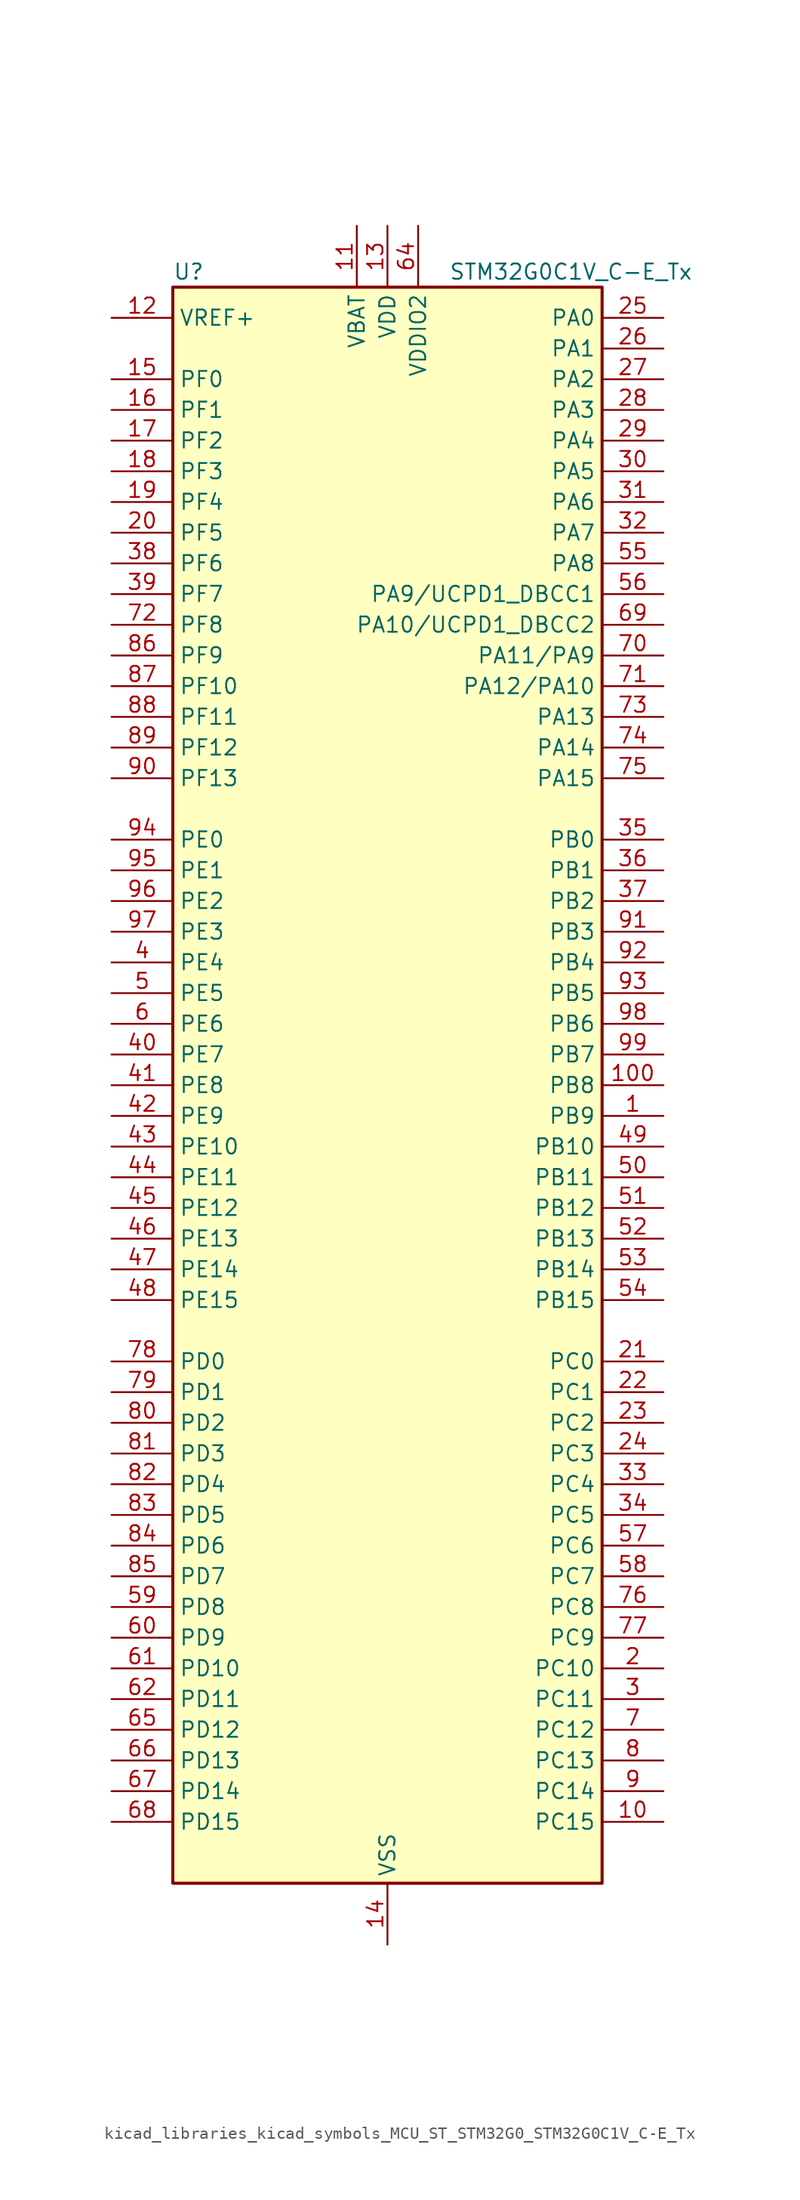
<source format=kicad_sym>
(kicad_symbol_lib
  (version 20220914)
  (generator kicad_symbol_editor)
  (symbol "kicad_libraries_kicad_symbols_MCU_ST_STM32G0_STM32G0C1V_C-E_Tx"
    (property "Reference" "U"
      (at -17.78 67.31 0)
      (effects (font (size 1.27 1.27)) (justify left)))
    (property "Value" "STM32G0C1V_C-E_Tx"
      (at 5.08 67.31 0)
      (effects (font (size 1.27 1.27)) (justify left)))
    (property "ki_locked" ""
      (at 0 0 0)
      (effects (font (size 1.27 1.27))))
    (symbol "kicad_libraries_kicad_symbols_MCU_ST_STM32G0_STM32G0C1V_C-E_Tx_0_1"
      (rectangle (start -17.78 -66.04) (end 17.78 66.04) (stroke (width 0.254) (type default)) (fill (type background))))
    (symbol "kicad_libraries_kicad_symbols_MCU_ST_STM32G0_STM32G0C1V_C-E_Tx_1_1"
      (pin bidirectional line (at 22.86 -2.54 180) (length 5.08) (name "PB9" (effects (font (size 1.27 1.27)))) (number "1" (effects (font (size 1.27 1.27)))) (alternate "DAC1_EXTI9" bidirectional line) (alternate "FDCAN1_TX" bidirectional line) (alternate "I2C1_SDA" bidirectional line) (alternate "I2S2_WS" bidirectional line) (alternate "IR_OUT" bidirectional line) (alternate "SPI2_NSS" bidirectional line) (alternate "TIM17_CH1" bidirectional line) (alternate "TIM4_CH4" bidirectional line) (alternate "UCPD2_FRSTX1" bidirectional line) (alternate "UCPD2_FRSTX2" bidirectional line) (alternate "USART3_RX" bidirectional line) (alternate "USART6_RX" bidirectional line))
      (pin bidirectional line (at 22.86 -60.96 180) (length 5.08) (name "PC15" (effects (font (size 1.27 1.27)))) (number "10" (effects (font (size 1.27 1.27)))) (alternate "RCC_OSC32_EN" bidirectional line) (alternate "RCC_OSC32_OUT" bidirectional line) (alternate "RCC_OSC_EN" bidirectional line) (alternate "TIM15_BK" bidirectional line))
      (pin bidirectional line (at 22.86 0 180) (length 5.08) (name "PB8" (effects (font (size 1.27 1.27)))) (number "100" (effects (font (size 1.27 1.27)))) (alternate "CEC" bidirectional line) (alternate "FDCAN1_RX" bidirectional line) (alternate "I2C1_SCL" bidirectional line) (alternate "I2S2_CK" bidirectional line) (alternate "SPI2_SCK" bidirectional line) (alternate "TIM15_BK" bidirectional line) (alternate "TIM16_CH1" bidirectional line) (alternate "TIM4_CH3" bidirectional line) (alternate "USART3_TX" bidirectional line) (alternate "USART6_TX" bidirectional line))
      (pin power_in line (at -2.54 71.12 270) (length 5.08) (name "VBAT" (effects (font (size 1.27 1.27)))) (number "11" (effects (font (size 1.27 1.27)))))
      (pin input line (at -22.86 63.5 0) (length 5.08) (name "VREF+" (effects (font (size 1.27 1.27)))) (number "12" (effects (font (size 1.27 1.27)))) (alternate "VREFBUF_OUT" bidirectional line))
      (pin power_in line (at 0 71.12 270) (length 5.08) (name "VDD" (effects (font (size 1.27 1.27)))) (number "13" (effects (font (size 1.27 1.27)))))
      (pin power_in line (at 0 -71.12 90) (length 5.08) (name "VSS" (effects (font (size 1.27 1.27)))) (number "14" (effects (font (size 1.27 1.27)))))
      (pin bidirectional line (at -22.86 58.42 0) (length 5.08) (name "PF0" (effects (font (size 1.27 1.27)))) (number "15" (effects (font (size 1.27 1.27)))) (alternate "CRS1_SYNC" bidirectional line) (alternate "RCC_OSC_IN" bidirectional line) (alternate "TIM14_CH1" bidirectional line))
      (pin bidirectional line (at -22.86 55.88 0) (length 5.08) (name "PF1" (effects (font (size 1.27 1.27)))) (number "16" (effects (font (size 1.27 1.27)))) (alternate "RCC_OSC_EN" bidirectional line) (alternate "RCC_OSC_OUT" bidirectional line) (alternate "TIM15_CH1N" bidirectional line))
      (pin bidirectional line (at -22.86 53.34 0) (length 5.08) (name "PF2" (effects (font (size 1.27 1.27)))) (number "17" (effects (font (size 1.27 1.27)))) (alternate "LPUART2_DE" bidirectional line) (alternate "LPUART2_RTS" bidirectional line) (alternate "LPUART2_TX" bidirectional line) (alternate "RCC_MCO" bidirectional line))
      (pin bidirectional line (at -22.86 50.8 0) (length 5.08) (name "PF3" (effects (font (size 1.27 1.27)))) (number "18" (effects (font (size 1.27 1.27)))) (alternate "LPUART2_RX" bidirectional line) (alternate "USART6_CK" bidirectional line) (alternate "USART6_DE" bidirectional line) (alternate "USART6_RTS" bidirectional line))
      (pin bidirectional line (at -22.86 48.26 0) (length 5.08) (name "PF4" (effects (font (size 1.27 1.27)))) (number "19" (effects (font (size 1.27 1.27)))) (alternate "LPUART1_TX" bidirectional line))
      (pin bidirectional line (at 22.86 -48.26 180) (length 5.08) (name "PC10" (effects (font (size 1.27 1.27)))) (number "2" (effects (font (size 1.27 1.27)))) (alternate "SPI3_SCK" bidirectional line) (alternate "TIM1_CH3" bidirectional line) (alternate "USART3_TX" bidirectional line) (alternate "USART4_TX" bidirectional line))
      (pin bidirectional line (at -22.86 45.72 0) (length 5.08) (name "PF5" (effects (font (size 1.27 1.27)))) (number "20" (effects (font (size 1.27 1.27)))) (alternate "LPUART1_RX" bidirectional line))
      (pin bidirectional line (at 22.86 -22.86 180) (length 5.08) (name "PC0" (effects (font (size 1.27 1.27)))) (number "21" (effects (font (size 1.27 1.27)))) (alternate "COMP3_INM" bidirectional line) (alternate "COMP3_OUT" bidirectional line) (alternate "I2C3_SCL" bidirectional line) (alternate "LPTIM1_IN1" bidirectional line) (alternate "LPTIM2_IN1" bidirectional line) (alternate "LPUART1_RX" bidirectional line) (alternate "LPUART2_TX" bidirectional line) (alternate "USART6_TX" bidirectional line))
      (pin bidirectional line (at 22.86 -25.4 180) (length 5.08) (name "PC1" (effects (font (size 1.27 1.27)))) (number "22" (effects (font (size 1.27 1.27)))) (alternate "COMP3_INP" bidirectional line) (alternate "I2C3_SDA" bidirectional line) (alternate "LPTIM1_OUT" bidirectional line) (alternate "LPUART1_TX" bidirectional line) (alternate "LPUART2_RX" bidirectional line) (alternate "TIM15_CH1" bidirectional line) (alternate "USART6_RX" bidirectional line))
      (pin bidirectional line (at 22.86 -27.94 180) (length 5.08) (name "PC2" (effects (font (size 1.27 1.27)))) (number "23" (effects (font (size 1.27 1.27)))) (alternate "COMP3_OUT" bidirectional line) (alternate "FDCAN2_RX" bidirectional line) (alternate "I2S2_MCK" bidirectional line) (alternate "LPTIM1_IN2" bidirectional line) (alternate "SPI2_MISO" bidirectional line) (alternate "TIM15_CH2" bidirectional line))
      (pin bidirectional line (at 22.86 -30.48 180) (length 5.08) (name "PC3" (effects (font (size 1.27 1.27)))) (number "24" (effects (font (size 1.27 1.27)))) (alternate "FDCAN2_TX" bidirectional line) (alternate "I2S2_SD" bidirectional line) (alternate "LPTIM1_ETR" bidirectional line) (alternate "LPTIM2_ETR" bidirectional line) (alternate "SPI2_MOSI" bidirectional line))
      (pin bidirectional line (at 22.86 63.5 180) (length 5.08) (name "PA0" (effects (font (size 1.27 1.27)))) (number "25" (effects (font (size 1.27 1.27)))) (alternate "ADC1_IN0" bidirectional line) (alternate "COMP1_INM" bidirectional line) (alternate "COMP1_OUT" bidirectional line) (alternate "I2S2_CK" bidirectional line) (alternate "LPTIM1_OUT" bidirectional line) (alternate "RTC_TAMP_IN2" bidirectional line) (alternate "SPI2_SCK" bidirectional line) (alternate "SYS_WKUP1" bidirectional line) (alternate "TIM2_CH1" bidirectional line) (alternate "TIM2_ETR" bidirectional line) (alternate "UCPD2_FRSTX1" bidirectional line) (alternate "UCPD2_FRSTX2" bidirectional line) (alternate "USART2_CTS" bidirectional line) (alternate "USART2_NSS" bidirectional line) (alternate "USART4_TX" bidirectional line))
      (pin bidirectional line (at 22.86 60.96 180) (length 5.08) (name "PA1" (effects (font (size 1.27 1.27)))) (number "26" (effects (font (size 1.27 1.27)))) (alternate "ADC1_IN1" bidirectional line) (alternate "COMP1_INP" bidirectional line) (alternate "I2C1_SMBA" bidirectional line) (alternate "I2S1_CK" bidirectional line) (alternate "SPI1_SCK" bidirectional line) (alternate "TIM15_CH1N" bidirectional line) (alternate "TIM2_CH2" bidirectional line) (alternate "USART2_CK" bidirectional line) (alternate "USART2_DE" bidirectional line) (alternate "USART2_RTS" bidirectional line) (alternate "USART4_RX" bidirectional line))
      (pin bidirectional line (at 22.86 58.42 180) (length 5.08) (name "PA2" (effects (font (size 1.27 1.27)))) (number "27" (effects (font (size 1.27 1.27)))) (alternate "ADC1_IN2" bidirectional line) (alternate "COMP2_INM" bidirectional line) (alternate "COMP2_OUT" bidirectional line) (alternate "I2S1_SD" bidirectional line) (alternate "LPUART1_TX" bidirectional line) (alternate "RCC_LSCO" bidirectional line) (alternate "SPI1_MOSI" bidirectional line) (alternate "SYS_WKUP4" bidirectional line) (alternate "TIM15_CH1" bidirectional line) (alternate "TIM2_CH3" bidirectional line) (alternate "UCPD1_FRSTX1" bidirectional line) (alternate "UCPD1_FRSTX2" bidirectional line) (alternate "USART2_TX" bidirectional line))
      (pin bidirectional line (at 22.86 55.88 180) (length 5.08) (name "PA3" (effects (font (size 1.27 1.27)))) (number "28" (effects (font (size 1.27 1.27)))) (alternate "ADC1_IN3" bidirectional line) (alternate "COMP2_INP" bidirectional line) (alternate "I2S2_MCK" bidirectional line) (alternate "LPUART1_RX" bidirectional line) (alternate "SPI2_MISO" bidirectional line) (alternate "TIM15_CH2" bidirectional line) (alternate "TIM2_CH4" bidirectional line) (alternate "UCPD2_FRSTX1" bidirectional line) (alternate "UCPD2_FRSTX2" bidirectional line) (alternate "USART2_RX" bidirectional line))
      (pin bidirectional line (at 22.86 53.34 180) (length 5.08) (name "PA4" (effects (font (size 1.27 1.27)))) (number "29" (effects (font (size 1.27 1.27)))) (alternate "ADC1_IN4" bidirectional line) (alternate "DAC1_OUT1" bidirectional line) (alternate "I2S1_WS" bidirectional line) (alternate "I2S2_SD" bidirectional line) (alternate "LPTIM2_OUT" bidirectional line) (alternate "RTC_OUT2" bidirectional line) (alternate "SPI1_NSS" bidirectional line) (alternate "SPI2_MOSI" bidirectional line) (alternate "SPI3_NSS" bidirectional line) (alternate "TIM14_CH1" bidirectional line) (alternate "UCPD2_FRSTX1" bidirectional line) (alternate "UCPD2_FRSTX2" bidirectional line) (alternate "USART6_TX" bidirectional line) (alternate "USB_NOE" bidirectional line))
      (pin bidirectional line (at 22.86 -50.8 180) (length 5.08) (name "PC11" (effects (font (size 1.27 1.27)))) (number "3" (effects (font (size 1.27 1.27)))) (alternate "ADC1_EXTI11" bidirectional line) (alternate "SPI3_MISO" bidirectional line) (alternate "TIM1_CH4" bidirectional line) (alternate "USART3_RX" bidirectional line) (alternate "USART4_RX" bidirectional line))
      (pin bidirectional line (at 22.86 50.8 180) (length 5.08) (name "PA5" (effects (font (size 1.27 1.27)))) (number "30" (effects (font (size 1.27 1.27)))) (alternate "ADC1_IN5" bidirectional line) (alternate "CEC" bidirectional line) (alternate "DAC1_OUT2" bidirectional line) (alternate "I2S1_CK" bidirectional line) (alternate "LPTIM2_ETR" bidirectional line) (alternate "SPI1_SCK" bidirectional line) (alternate "TIM2_CH1" bidirectional line) (alternate "TIM2_ETR" bidirectional line) (alternate "UCPD1_FRSTX1" bidirectional line) (alternate "UCPD1_FRSTX2" bidirectional line) (alternate "USART3_TX" bidirectional line) (alternate "USART6_RX" bidirectional line))
      (pin bidirectional line (at 22.86 48.26 180) (length 5.08) (name "PA6" (effects (font (size 1.27 1.27)))) (number "31" (effects (font (size 1.27 1.27)))) (alternate "ADC1_IN6" bidirectional line) (alternate "COMP1_OUT" bidirectional line) (alternate "I2C2_SDA" bidirectional line) (alternate "I2C3_SDA" bidirectional line) (alternate "I2S1_MCK" bidirectional line) (alternate "LPUART1_CTS" bidirectional line) (alternate "SPI1_MISO" bidirectional line) (alternate "TIM16_CH1" bidirectional line) (alternate "TIM1_BK" bidirectional line) (alternate "TIM3_CH1" bidirectional line) (alternate "USART3_CTS" bidirectional line) (alternate "USART3_NSS" bidirectional line) (alternate "USART6_CTS" bidirectional line) (alternate "USART6_NSS" bidirectional line))
      (pin bidirectional line (at 22.86 45.72 180) (length 5.08) (name "PA7" (effects (font (size 1.27 1.27)))) (number "32" (effects (font (size 1.27 1.27)))) (alternate "ADC1_IN7" bidirectional line) (alternate "COMP2_OUT" bidirectional line) (alternate "I2C2_SCL" bidirectional line) (alternate "I2C3_SCL" bidirectional line) (alternate "I2S1_SD" bidirectional line) (alternate "SPI1_MOSI" bidirectional line) (alternate "TIM14_CH1" bidirectional line) (alternate "TIM17_CH1" bidirectional line) (alternate "TIM1_CH1N" bidirectional line) (alternate "TIM3_CH2" bidirectional line) (alternate "UCPD1_FRSTX1" bidirectional line) (alternate "UCPD1_FRSTX2" bidirectional line) (alternate "USART6_CK" bidirectional line) (alternate "USART6_DE" bidirectional line) (alternate "USART6_RTS" bidirectional line))
      (pin bidirectional line (at 22.86 -33.02 180) (length 5.08) (name "PC4" (effects (font (size 1.27 1.27)))) (number "33" (effects (font (size 1.27 1.27)))) (alternate "ADC1_IN17" bidirectional line) (alternate "COMP1_INM" bidirectional line) (alternate "FDCAN1_RX" bidirectional line) (alternate "TIM2_CH1" bidirectional line) (alternate "TIM2_ETR" bidirectional line) (alternate "USART1_TX" bidirectional line) (alternate "USART3_TX" bidirectional line))
      (pin bidirectional line (at 22.86 -35.56 180) (length 5.08) (name "PC5" (effects (font (size 1.27 1.27)))) (number "34" (effects (font (size 1.27 1.27)))) (alternate "ADC1_IN18" bidirectional line) (alternate "COMP1_INP" bidirectional line) (alternate "FDCAN1_TX" bidirectional line) (alternate "SYS_WKUP5" bidirectional line) (alternate "TIM2_CH2" bidirectional line) (alternate "USART1_RX" bidirectional line) (alternate "USART3_RX" bidirectional line))
      (pin bidirectional line (at 22.86 20.32 180) (length 5.08) (name "PB0" (effects (font (size 1.27 1.27)))) (number "35" (effects (font (size 1.27 1.27)))) (alternate "ADC1_IN8" bidirectional line) (alternate "COMP1_OUT" bidirectional line) (alternate "COMP3_INP" bidirectional line) (alternate "FDCAN2_RX" bidirectional line) (alternate "I2S1_WS" bidirectional line) (alternate "LPTIM1_OUT" bidirectional line) (alternate "LPUART2_CTS" bidirectional line) (alternate "SPI1_NSS" bidirectional line) (alternate "TIM1_CH2N" bidirectional line) (alternate "TIM3_CH3" bidirectional line) (alternate "UCPD1_FRSTX1" bidirectional line) (alternate "UCPD1_FRSTX2" bidirectional line) (alternate "USART3_RX" bidirectional line) (alternate "USART5_TX" bidirectional line))
      (pin bidirectional line (at 22.86 17.78 180) (length 5.08) (name "PB1" (effects (font (size 1.27 1.27)))) (number "36" (effects (font (size 1.27 1.27)))) (alternate "ADC1_IN9" bidirectional line) (alternate "COMP1_INM" bidirectional line) (alternate "COMP3_OUT" bidirectional line) (alternate "FDCAN2_TX" bidirectional line) (alternate "LPTIM2_IN1" bidirectional line) (alternate "LPUART1_DE" bidirectional line) (alternate "LPUART1_RTS" bidirectional line) (alternate "LPUART2_DE" bidirectional line) (alternate "LPUART2_RTS" bidirectional line) (alternate "TIM14_CH1" bidirectional line) (alternate "TIM1_CH3N" bidirectional line) (alternate "TIM3_CH4" bidirectional line) (alternate "USART3_CK" bidirectional line) (alternate "USART3_DE" bidirectional line) (alternate "USART3_RTS" bidirectional line) (alternate "USART5_RX" bidirectional line))
      (pin bidirectional line (at 22.86 15.24 180) (length 5.08) (name "PB2" (effects (font (size 1.27 1.27)))) (number "37" (effects (font (size 1.27 1.27)))) (alternate "ADC1_IN10" bidirectional line) (alternate "COMP1_INP" bidirectional line) (alternate "COMP3_INM" bidirectional line) (alternate "I2S2_MCK" bidirectional line) (alternate "LPTIM1_OUT" bidirectional line) (alternate "RCC_MCO_2" bidirectional line) (alternate "SPI2_MISO" bidirectional line) (alternate "USART3_TX" bidirectional line))
      (pin bidirectional line (at -22.86 43.18 0) (length 5.08) (name "PF6" (effects (font (size 1.27 1.27)))) (number "38" (effects (font (size 1.27 1.27)))) (alternate "LPUART1_DE" bidirectional line) (alternate "LPUART1_RTS" bidirectional line))
      (pin bidirectional line (at -22.86 40.64 0) (length 5.08) (name "PF7" (effects (font (size 1.27 1.27)))) (number "39" (effects (font (size 1.27 1.27)))) (alternate "LPUART1_CTS" bidirectional line) (alternate "USART5_CTS" bidirectional line) (alternate "USART5_NSS" bidirectional line))
      (pin bidirectional line (at -22.86 10.16 0) (length 5.08) (name "PE4" (effects (font (size 1.27 1.27)))) (number "4" (effects (font (size 1.27 1.27)))) (alternate "TIM3_CH2" bidirectional line))
      (pin bidirectional line (at -22.86 2.54 0) (length 5.08) (name "PE7" (effects (font (size 1.27 1.27)))) (number "40" (effects (font (size 1.27 1.27)))) (alternate "COMP3_INP" bidirectional line) (alternate "TIM1_ETR" bidirectional line) (alternate "USART5_CK" bidirectional line) (alternate "USART5_DE" bidirectional line) (alternate "USART5_RTS" bidirectional line))
      (pin bidirectional line (at -22.86 0 0) (length 5.08) (name "PE8" (effects (font (size 1.27 1.27)))) (number "41" (effects (font (size 1.27 1.27)))) (alternate "COMP3_INM" bidirectional line) (alternate "TIM1_CH1N" bidirectional line) (alternate "USART4_TX" bidirectional line))
      (pin bidirectional line (at -22.86 -2.54 0) (length 5.08) (name "PE9" (effects (font (size 1.27 1.27)))) (number "42" (effects (font (size 1.27 1.27)))) (alternate "DAC1_EXTI9" bidirectional line) (alternate "TIM1_CH1" bidirectional line) (alternate "USART4_RX" bidirectional line))
      (pin bidirectional line (at -22.86 -5.08 0) (length 5.08) (name "PE10" (effects (font (size 1.27 1.27)))) (number "43" (effects (font (size 1.27 1.27)))) (alternate "TIM1_CH2N" bidirectional line) (alternate "USART5_TX" bidirectional line))
      (pin bidirectional line (at -22.86 -7.62 0) (length 5.08) (name "PE11" (effects (font (size 1.27 1.27)))) (number "44" (effects (font (size 1.27 1.27)))) (alternate "ADC1_EXTI11" bidirectional line) (alternate "TIM1_CH2" bidirectional line) (alternate "USART5_RX" bidirectional line))
      (pin bidirectional line (at -22.86 -10.16 0) (length 5.08) (name "PE12" (effects (font (size 1.27 1.27)))) (number "45" (effects (font (size 1.27 1.27)))) (alternate "I2S1_WS" bidirectional line) (alternate "SPI1_NSS" bidirectional line) (alternate "TIM1_CH3N" bidirectional line))
      (pin bidirectional line (at -22.86 -12.7 0) (length 5.08) (name "PE13" (effects (font (size 1.27 1.27)))) (number "46" (effects (font (size 1.27 1.27)))) (alternate "I2S1_CK" bidirectional line) (alternate "SPI1_SCK" bidirectional line) (alternate "TIM1_CH3" bidirectional line))
      (pin bidirectional line (at -22.86 -15.24 0) (length 5.08) (name "PE14" (effects (font (size 1.27 1.27)))) (number "47" (effects (font (size 1.27 1.27)))) (alternate "I2S1_MCK" bidirectional line) (alternate "SPI1_MISO" bidirectional line) (alternate "TIM1_BK2" bidirectional line) (alternate "TIM1_CH4" bidirectional line))
      (pin bidirectional line (at -22.86 -17.78 0) (length 5.08) (name "PE15" (effects (font (size 1.27 1.27)))) (number "48" (effects (font (size 1.27 1.27)))) (alternate "I2S1_SD" bidirectional line) (alternate "SPI1_MOSI" bidirectional line) (alternate "TIM1_BK" bidirectional line))
      (pin bidirectional line (at 22.86 -5.08 180) (length 5.08) (name "PB10" (effects (font (size 1.27 1.27)))) (number "49" (effects (font (size 1.27 1.27)))) (alternate "ADC1_IN11" bidirectional line) (alternate "CEC" bidirectional line) (alternate "COMP1_OUT" bidirectional line) (alternate "I2C2_SCL" bidirectional line) (alternate "I2S2_CK" bidirectional line) (alternate "LPUART1_RX" bidirectional line) (alternate "SPI2_SCK" bidirectional line) (alternate "TIM2_CH3" bidirectional line) (alternate "USART3_TX" bidirectional line))
      (pin bidirectional line (at -22.86 7.62 0) (length 5.08) (name "PE5" (effects (font (size 1.27 1.27)))) (number "5" (effects (font (size 1.27 1.27)))) (alternate "TIM3_CH3" bidirectional line))
      (pin bidirectional line (at 22.86 -7.62 180) (length 5.08) (name "PB11" (effects (font (size 1.27 1.27)))) (number "50" (effects (font (size 1.27 1.27)))) (alternate "ADC1_EXTI11" bidirectional line) (alternate "ADC1_IN15" bidirectional line) (alternate "COMP2_OUT" bidirectional line) (alternate "I2C2_SDA" bidirectional line) (alternate "I2S2_SD" bidirectional line) (alternate "LPUART1_TX" bidirectional line) (alternate "SPI2_MOSI" bidirectional line) (alternate "TIM2_CH4" bidirectional line) (alternate "USART3_RX" bidirectional line))
      (pin bidirectional line (at 22.86 -10.16 180) (length 5.08) (name "PB12" (effects (font (size 1.27 1.27)))) (number "51" (effects (font (size 1.27 1.27)))) (alternate "ADC1_IN16" bidirectional line) (alternate "FDCAN2_RX" bidirectional line) (alternate "I2C2_SMBA" bidirectional line) (alternate "I2S2_WS" bidirectional line) (alternate "LPUART1_DE" bidirectional line) (alternate "LPUART1_RTS" bidirectional line) (alternate "SPI2_NSS" bidirectional line) (alternate "TIM15_BK" bidirectional line) (alternate "TIM1_BK" bidirectional line) (alternate "UCPD2_FRSTX1" bidirectional line) (alternate "UCPD2_FRSTX2" bidirectional line))
      (pin bidirectional line (at 22.86 -12.7 180) (length 5.08) (name "PB13" (effects (font (size 1.27 1.27)))) (number "52" (effects (font (size 1.27 1.27)))) (alternate "FDCAN2_TX" bidirectional line) (alternate "I2C2_SCL" bidirectional line) (alternate "I2S2_CK" bidirectional line) (alternate "LPUART1_CTS" bidirectional line) (alternate "SPI2_SCK" bidirectional line) (alternate "TIM15_CH1N" bidirectional line) (alternate "TIM1_CH1N" bidirectional line) (alternate "USART3_CTS" bidirectional line) (alternate "USART3_NSS" bidirectional line))
      (pin bidirectional line (at 22.86 -15.24 180) (length 5.08) (name "PB14" (effects (font (size 1.27 1.27)))) (number "53" (effects (font (size 1.27 1.27)))) (alternate "I2C2_SDA" bidirectional line) (alternate "I2S2_MCK" bidirectional line) (alternate "SPI2_MISO" bidirectional line) (alternate "TIM15_CH1" bidirectional line) (alternate "TIM1_CH2N" bidirectional line) (alternate "UCPD1_FRSTX1" bidirectional line) (alternate "UCPD1_FRSTX2" bidirectional line) (alternate "USART3_CK" bidirectional line) (alternate "USART3_DE" bidirectional line) (alternate "USART3_RTS" bidirectional line) (alternate "USART6_CK" bidirectional line) (alternate "USART6_DE" bidirectional line) (alternate "USART6_RTS" bidirectional line))
      (pin bidirectional line (at 22.86 -17.78 180) (length 5.08) (name "PB15" (effects (font (size 1.27 1.27)))) (number "54" (effects (font (size 1.27 1.27)))) (alternate "I2S2_SD" bidirectional line) (alternate "RTC_REFIN" bidirectional line) (alternate "SPI2_MOSI" bidirectional line) (alternate "TIM15_CH1N" bidirectional line) (alternate "TIM15_CH2" bidirectional line) (alternate "TIM1_CH3N" bidirectional line) (alternate "UCPD1_CC2" bidirectional line) (alternate "USART6_CTS" bidirectional line) (alternate "USART6_NSS" bidirectional line))
      (pin bidirectional line (at 22.86 43.18 180) (length 5.08) (name "PA8" (effects (font (size 1.27 1.27)))) (number "55" (effects (font (size 1.27 1.27)))) (alternate "CRS1_SYNC" bidirectional line) (alternate "I2C2_SMBA" bidirectional line) (alternate "I2S2_WS" bidirectional line) (alternate "LPTIM2_OUT" bidirectional line) (alternate "RCC_MCO" bidirectional line) (alternate "SPI2_NSS" bidirectional line) (alternate "TIM1_CH1" bidirectional line) (alternate "UCPD1_CC1" bidirectional line))
      (pin bidirectional line (at 22.86 40.64 180) (length 5.08) (name "PA9/UCPD1_DBCC1" (effects (font (size 1.27 1.27)))) (number "56" (effects (font (size 1.27 1.27)))) (alternate "DAC1_EXTI9" bidirectional line) (alternate "I2C1_SCL" bidirectional line) (alternate "I2C2_SCL" bidirectional line) (alternate "I2S2_MCK" bidirectional line) (alternate "RCC_MCO" bidirectional line) (alternate "SPI2_MISO" bidirectional line) (alternate "TIM15_BK" bidirectional line) (alternate "TIM1_CH2" bidirectional line) (alternate "UCPD1_DBCC1" bidirectional line) (alternate "USART1_TX" bidirectional line))
      (pin bidirectional line (at 22.86 -38.1 180) (length 5.08) (name "PC6" (effects (font (size 1.27 1.27)))) (number "57" (effects (font (size 1.27 1.27)))) (alternate "LPUART2_TX" bidirectional line) (alternate "TIM2_CH3" bidirectional line) (alternate "TIM3_CH1" bidirectional line) (alternate "UCPD1_FRSTX1" bidirectional line) (alternate "UCPD1_FRSTX2" bidirectional line))
      (pin bidirectional line (at 22.86 -40.64 180) (length 5.08) (name "PC7" (effects (font (size 1.27 1.27)))) (number "58" (effects (font (size 1.27 1.27)))) (alternate "LPUART2_RX" bidirectional line) (alternate "TIM2_CH4" bidirectional line) (alternate "TIM3_CH2" bidirectional line) (alternate "UCPD2_FRSTX1" bidirectional line) (alternate "UCPD2_FRSTX2" bidirectional line))
      (pin bidirectional line (at -22.86 -43.18 0) (length 5.08) (name "PD8" (effects (font (size 1.27 1.27)))) (number "59" (effects (font (size 1.27 1.27)))) (alternate "I2S1_CK" bidirectional line) (alternate "LPTIM1_OUT" bidirectional line) (alternate "SPI1_SCK" bidirectional line) (alternate "USART3_TX" bidirectional line))
      (pin bidirectional line (at -22.86 5.08 0) (length 5.08) (name "PE6" (effects (font (size 1.27 1.27)))) (number "6" (effects (font (size 1.27 1.27)))) (alternate "RTC_TAMP_IN3" bidirectional line) (alternate "SYS_WKUP3" bidirectional line) (alternate "TIM3_CH4" bidirectional line))
      (pin bidirectional line (at -22.86 -45.72 0) (length 5.08) (name "PD9" (effects (font (size 1.27 1.27)))) (number "60" (effects (font (size 1.27 1.27)))) (alternate "DAC1_EXTI9" bidirectional line) (alternate "I2S1_WS" bidirectional line) (alternate "SPI1_NSS" bidirectional line) (alternate "TIM1_BK2" bidirectional line) (alternate "USART3_RX" bidirectional line))
      (pin bidirectional line (at -22.86 -48.26 0) (length 5.08) (name "PD10" (effects (font (size 1.27 1.27)))) (number "61" (effects (font (size 1.27 1.27)))) (alternate "RCC_MCO" bidirectional line))
      (pin bidirectional line (at -22.86 -50.8 0) (length 5.08) (name "PD11" (effects (font (size 1.27 1.27)))) (number "62" (effects (font (size 1.27 1.27)))) (alternate "ADC1_EXTI11" bidirectional line) (alternate "LPTIM2_ETR" bidirectional line) (alternate "USART3_CTS" bidirectional line) (alternate "USART3_NSS" bidirectional line))
      (pin passive line (at 0 -71.12 90) (length 5.08) hide (name "VSS" (effects (font (size 1.27 1.27)))) (number "63" (effects (font (size 1.27 1.27)))))
      (pin power_in line (at 2.54 71.12 270) (length 5.08) (name "VDDIO2" (effects (font (size 1.27 1.27)))) (number "64" (effects (font (size 1.27 1.27)))))
      (pin bidirectional line (at -22.86 -53.34 0) (length 5.08) (name "PD12" (effects (font (size 1.27 1.27)))) (number "65" (effects (font (size 1.27 1.27)))) (alternate "FDCAN1_RX" bidirectional line) (alternate "LPTIM2_IN1" bidirectional line) (alternate "TIM4_CH1" bidirectional line) (alternate "USART3_CK" bidirectional line) (alternate "USART3_DE" bidirectional line) (alternate "USART3_RTS" bidirectional line))
      (pin bidirectional line (at -22.86 -55.88 0) (length 5.08) (name "PD13" (effects (font (size 1.27 1.27)))) (number "66" (effects (font (size 1.27 1.27)))) (alternate "FDCAN1_TX" bidirectional line) (alternate "LPTIM2_OUT" bidirectional line) (alternate "TIM4_CH2" bidirectional line))
      (pin bidirectional line (at -22.86 -58.42 0) (length 5.08) (name "PD14" (effects (font (size 1.27 1.27)))) (number "67" (effects (font (size 1.27 1.27)))) (alternate "FDCAN2_RX" bidirectional line) (alternate "LPUART2_CTS" bidirectional line) (alternate "TIM4_CH3" bidirectional line))
      (pin bidirectional line (at -22.86 -60.96 0) (length 5.08) (name "PD15" (effects (font (size 1.27 1.27)))) (number "68" (effects (font (size 1.27 1.27)))) (alternate "CRS1_SYNC" bidirectional line) (alternate "FDCAN2_TX" bidirectional line) (alternate "LPUART2_DE" bidirectional line) (alternate "LPUART2_RTS" bidirectional line) (alternate "TIM4_CH4" bidirectional line))
      (pin bidirectional line (at 22.86 38.1 180) (length 5.08) (name "PA10/UCPD1_DBCC2" (effects (font (size 1.27 1.27)))) (number "69" (effects (font (size 1.27 1.27)))) (alternate "I2C1_SDA" bidirectional line) (alternate "I2C2_SDA" bidirectional line) (alternate "I2S2_SD" bidirectional line) (alternate "RCC_MCO_2" bidirectional line) (alternate "SPI2_MOSI" bidirectional line) (alternate "TIM17_BK" bidirectional line) (alternate "TIM1_CH3" bidirectional line) (alternate "UCPD1_DBCC2" bidirectional line) (alternate "USART1_RX" bidirectional line))
      (pin bidirectional line (at 22.86 -53.34 180) (length 5.08) (name "PC12" (effects (font (size 1.27 1.27)))) (number "7" (effects (font (size 1.27 1.27)))) (alternate "LPTIM1_IN1" bidirectional line) (alternate "SPI3_MOSI" bidirectional line) (alternate "TIM14_CH1" bidirectional line) (alternate "UCPD1_FRSTX1" bidirectional line) (alternate "UCPD1_FRSTX2" bidirectional line) (alternate "USART5_TX" bidirectional line))
      (pin bidirectional line (at 22.86 35.56 180) (length 5.08) (name "PA11/PA9" (effects (font (size 1.27 1.27)))) (number "70" (effects (font (size 1.27 1.27)))) (alternate "ADC1_EXTI11" bidirectional line) (alternate "COMP1_OUT" bidirectional line) (alternate "FDCAN1_RX" bidirectional line) (alternate "I2C2_SCL" bidirectional line) (alternate "I2S1_MCK" bidirectional line) (alternate "SPI1_MISO" bidirectional line) (alternate "TIM1_BK2" bidirectional line) (alternate "TIM1_CH4" bidirectional line) (alternate "USART1_CTS" bidirectional line) (alternate "USART1_NSS" bidirectional line) (alternate "USB_DM" bidirectional line))
      (pin bidirectional line (at 22.86 33.02 180) (length 5.08) (name "PA12/PA10" (effects (font (size 1.27 1.27)))) (number "71" (effects (font (size 1.27 1.27)))) (alternate "COMP2_OUT" bidirectional line) (alternate "FDCAN1_TX" bidirectional line) (alternate "I2C2_SDA" bidirectional line) (alternate "I2S1_SD" bidirectional line) (alternate "I2S_CKIN" bidirectional line) (alternate "SPI1_MOSI" bidirectional line) (alternate "TIM1_ETR" bidirectional line) (alternate "USART1_CK" bidirectional line) (alternate "USART1_DE" bidirectional line) (alternate "USART1_RTS" bidirectional line) (alternate "USB_DP" bidirectional line))
      (pin bidirectional line (at -22.86 38.1 0) (length 5.08) (name "PF8" (effects (font (size 1.27 1.27)))) (number "72" (effects (font (size 1.27 1.27)))))
      (pin bidirectional line (at 22.86 30.48 180) (length 5.08) (name "PA13" (effects (font (size 1.27 1.27)))) (number "73" (effects (font (size 1.27 1.27)))) (alternate "IR_OUT" bidirectional line) (alternate "LPUART2_RX" bidirectional line) (alternate "SYS_SWDIO" bidirectional line) (alternate "USB_NOE" bidirectional line))
      (pin bidirectional line (at 22.86 27.94 180) (length 5.08) (name "PA14" (effects (font (size 1.27 1.27)))) (number "74" (effects (font (size 1.27 1.27)))) (alternate "LPUART2_TX" bidirectional line) (alternate "SYS_SWCLK" bidirectional line) (alternate "USART2_TX" bidirectional line))
      (pin bidirectional line (at 22.86 25.4 180) (length 5.08) (name "PA15" (effects (font (size 1.27 1.27)))) (number "75" (effects (font (size 1.27 1.27)))) (alternate "I2C2_SMBA" bidirectional line) (alternate "I2S1_WS" bidirectional line) (alternate "RCC_MCO_2" bidirectional line) (alternate "SPI1_NSS" bidirectional line) (alternate "SPI3_NSS" bidirectional line) (alternate "TIM2_CH1" bidirectional line) (alternate "TIM2_ETR" bidirectional line) (alternate "USART2_RX" bidirectional line) (alternate "USART3_CK" bidirectional line) (alternate "USART3_DE" bidirectional line) (alternate "USART3_RTS" bidirectional line) (alternate "USART4_CK" bidirectional line) (alternate "USART4_DE" bidirectional line) (alternate "USART4_RTS" bidirectional line) (alternate "USB_NOE" bidirectional line))
      (pin bidirectional line (at 22.86 -43.18 180) (length 5.08) (name "PC8" (effects (font (size 1.27 1.27)))) (number "76" (effects (font (size 1.27 1.27)))) (alternate "LPUART2_CTS" bidirectional line) (alternate "TIM1_CH1" bidirectional line) (alternate "TIM3_CH3" bidirectional line) (alternate "UCPD2_FRSTX1" bidirectional line) (alternate "UCPD2_FRSTX2" bidirectional line))
      (pin bidirectional line (at 22.86 -45.72 180) (length 5.08) (name "PC9" (effects (font (size 1.27 1.27)))) (number "77" (effects (font (size 1.27 1.27)))) (alternate "DAC1_EXTI9" bidirectional line) (alternate "I2S_CKIN" bidirectional line) (alternate "LPUART2_DE" bidirectional line) (alternate "LPUART2_RTS" bidirectional line) (alternate "TIM1_CH2" bidirectional line) (alternate "TIM3_CH4" bidirectional line) (alternate "USB_NOE" bidirectional line))
      (pin bidirectional line (at -22.86 -22.86 0) (length 5.08) (name "PD0" (effects (font (size 1.27 1.27)))) (number "78" (effects (font (size 1.27 1.27)))) (alternate "FDCAN1_RX" bidirectional line) (alternate "I2S2_WS" bidirectional line) (alternate "SPI2_NSS" bidirectional line) (alternate "TIM16_CH1" bidirectional line) (alternate "UCPD2_CC1" bidirectional line))
      (pin bidirectional line (at -22.86 -25.4 0) (length 5.08) (name "PD1" (effects (font (size 1.27 1.27)))) (number "79" (effects (font (size 1.27 1.27)))) (alternate "FDCAN1_TX" bidirectional line) (alternate "I2S2_CK" bidirectional line) (alternate "SPI2_SCK" bidirectional line) (alternate "TIM17_CH1" bidirectional line) (alternate "UCPD2_DBCC1" bidirectional line))
      (pin bidirectional line (at 22.86 -55.88 180) (length 5.08) (name "PC13" (effects (font (size 1.27 1.27)))) (number "8" (effects (font (size 1.27 1.27)))) (alternate "RTC_OUT1" bidirectional line) (alternate "RTC_TAMP_IN1" bidirectional line) (alternate "RTC_TS" bidirectional line) (alternate "SYS_WKUP2" bidirectional line) (alternate "TIM1_BK" bidirectional line))
      (pin bidirectional line (at -22.86 -27.94 0) (length 5.08) (name "PD2" (effects (font (size 1.27 1.27)))) (number "80" (effects (font (size 1.27 1.27)))) (alternate "TIM1_CH1N" bidirectional line) (alternate "TIM3_ETR" bidirectional line) (alternate "UCPD2_CC2" bidirectional line) (alternate "USART3_CK" bidirectional line) (alternate "USART3_DE" bidirectional line) (alternate "USART3_RTS" bidirectional line) (alternate "USART5_RX" bidirectional line))
      (pin bidirectional line (at -22.86 -30.48 0) (length 5.08) (name "PD3" (effects (font (size 1.27 1.27)))) (number "81" (effects (font (size 1.27 1.27)))) (alternate "I2S2_MCK" bidirectional line) (alternate "SPI2_MISO" bidirectional line) (alternate "TIM1_CH2N" bidirectional line) (alternate "UCPD2_DBCC2" bidirectional line) (alternate "USART2_CTS" bidirectional line) (alternate "USART2_NSS" bidirectional line) (alternate "USART5_TX" bidirectional line))
      (pin bidirectional line (at -22.86 -33.02 0) (length 5.08) (name "PD4" (effects (font (size 1.27 1.27)))) (number "82" (effects (font (size 1.27 1.27)))) (alternate "I2S2_SD" bidirectional line) (alternate "SPI2_MOSI" bidirectional line) (alternate "TIM1_CH3N" bidirectional line) (alternate "USART2_CK" bidirectional line) (alternate "USART2_DE" bidirectional line) (alternate "USART2_RTS" bidirectional line) (alternate "USART5_CK" bidirectional line) (alternate "USART5_DE" bidirectional line) (alternate "USART5_RTS" bidirectional line))
      (pin bidirectional line (at -22.86 -35.56 0) (length 5.08) (name "PD5" (effects (font (size 1.27 1.27)))) (number "83" (effects (font (size 1.27 1.27)))) (alternate "I2S1_MCK" bidirectional line) (alternate "SPI1_MISO" bidirectional line) (alternate "TIM1_BK" bidirectional line) (alternate "USART2_TX" bidirectional line) (alternate "USART5_CTS" bidirectional line) (alternate "USART5_NSS" bidirectional line))
      (pin bidirectional line (at -22.86 -38.1 0) (length 5.08) (name "PD6" (effects (font (size 1.27 1.27)))) (number "84" (effects (font (size 1.27 1.27)))) (alternate "I2S1_SD" bidirectional line) (alternate "LPTIM2_OUT" bidirectional line) (alternate "SPI1_MOSI" bidirectional line) (alternate "USART2_RX" bidirectional line))
      (pin bidirectional line (at -22.86 -40.64 0) (length 5.08) (name "PD7" (effects (font (size 1.27 1.27)))) (number "85" (effects (font (size 1.27 1.27)))) (alternate "RCC_MCO_2" bidirectional line))
      (pin bidirectional line (at -22.86 35.56 0) (length 5.08) (name "PF9" (effects (font (size 1.27 1.27)))) (number "86" (effects (font (size 1.27 1.27)))) (alternate "DAC1_EXTI9" bidirectional line) (alternate "USART6_TX" bidirectional line))
      (pin bidirectional line (at -22.86 33.02 0) (length 5.08) (name "PF10" (effects (font (size 1.27 1.27)))) (number "87" (effects (font (size 1.27 1.27)))) (alternate "USART6_RX" bidirectional line))
      (pin bidirectional line (at -22.86 30.48 0) (length 5.08) (name "PF11" (effects (font (size 1.27 1.27)))) (number "88" (effects (font (size 1.27 1.27)))) (alternate "ADC1_EXTI11" bidirectional line) (alternate "USART6_CK" bidirectional line) (alternate "USART6_DE" bidirectional line) (alternate "USART6_RTS" bidirectional line))
      (pin bidirectional line (at -22.86 27.94 0) (length 5.08) (name "PF12" (effects (font (size 1.27 1.27)))) (number "89" (effects (font (size 1.27 1.27)))) (alternate "TIM15_CH1" bidirectional line) (alternate "USART6_CTS" bidirectional line) (alternate "USART6_NSS" bidirectional line))
      (pin bidirectional line (at 22.86 -58.42 180) (length 5.08) (name "PC14" (effects (font (size 1.27 1.27)))) (number "9" (effects (font (size 1.27 1.27)))) (alternate "RCC_OSC32_IN" bidirectional line) (alternate "TIM1_BK2" bidirectional line))
      (pin bidirectional line (at -22.86 25.4 0) (length 5.08) (name "PF13" (effects (font (size 1.27 1.27)))) (number "90" (effects (font (size 1.27 1.27)))) (alternate "TIM15_CH2" bidirectional line))
      (pin bidirectional line (at 22.86 12.7 180) (length 5.08) (name "PB3" (effects (font (size 1.27 1.27)))) (number "91" (effects (font (size 1.27 1.27)))) (alternate "COMP2_INM" bidirectional line) (alternate "I2C2_SCL" bidirectional line) (alternate "I2C3_SCL" bidirectional line) (alternate "I2S1_CK" bidirectional line) (alternate "SPI1_SCK" bidirectional line) (alternate "SPI3_SCK" bidirectional line) (alternate "TIM1_CH2" bidirectional line) (alternate "TIM2_CH2" bidirectional line) (alternate "USART1_CK" bidirectional line) (alternate "USART1_DE" bidirectional line) (alternate "USART1_RTS" bidirectional line) (alternate "USART5_TX" bidirectional line))
      (pin bidirectional line (at 22.86 10.16 180) (length 5.08) (name "PB4" (effects (font (size 1.27 1.27)))) (number "92" (effects (font (size 1.27 1.27)))) (alternate "COMP2_INP" bidirectional line) (alternate "I2C2_SDA" bidirectional line) (alternate "I2C3_SDA" bidirectional line) (alternate "I2S1_MCK" bidirectional line) (alternate "SPI1_MISO" bidirectional line) (alternate "SPI3_MISO" bidirectional line) (alternate "TIM17_BK" bidirectional line) (alternate "TIM3_CH1" bidirectional line) (alternate "USART1_CTS" bidirectional line) (alternate "USART1_NSS" bidirectional line) (alternate "USART5_RX" bidirectional line))
      (pin bidirectional line (at 22.86 7.62 180) (length 5.08) (name "PB5" (effects (font (size 1.27 1.27)))) (number "93" (effects (font (size 1.27 1.27)))) (alternate "COMP2_OUT" bidirectional line) (alternate "FDCAN2_RX" bidirectional line) (alternate "I2C1_SMBA" bidirectional line) (alternate "I2S1_SD" bidirectional line) (alternate "LPTIM1_IN1" bidirectional line) (alternate "SPI1_MOSI" bidirectional line) (alternate "SPI3_MOSI" bidirectional line) (alternate "SYS_WKUP6" bidirectional line) (alternate "TIM16_BK" bidirectional line) (alternate "TIM3_CH2" bidirectional line) (alternate "USART5_CK" bidirectional line) (alternate "USART5_DE" bidirectional line) (alternate "USART5_RTS" bidirectional line))
      (pin bidirectional line (at -22.86 20.32 0) (length 5.08) (name "PE0" (effects (font (size 1.27 1.27)))) (number "94" (effects (font (size 1.27 1.27)))) (alternate "TIM16_CH1" bidirectional line) (alternate "TIM4_ETR" bidirectional line))
      (pin bidirectional line (at -22.86 17.78 0) (length 5.08) (name "PE1" (effects (font (size 1.27 1.27)))) (number "95" (effects (font (size 1.27 1.27)))) (alternate "TIM17_CH1" bidirectional line))
      (pin bidirectional line (at -22.86 15.24 0) (length 5.08) (name "PE2" (effects (font (size 1.27 1.27)))) (number "96" (effects (font (size 1.27 1.27)))) (alternate "TIM3_ETR" bidirectional line))
      (pin bidirectional line (at -22.86 12.7 0) (length 5.08) (name "PE3" (effects (font (size 1.27 1.27)))) (number "97" (effects (font (size 1.27 1.27)))) (alternate "TIM3_CH1" bidirectional line))
      (pin bidirectional line (at 22.86 5.08 180) (length 5.08) (name "PB6" (effects (font (size 1.27 1.27)))) (number "98" (effects (font (size 1.27 1.27)))) (alternate "COMP2_INP" bidirectional line) (alternate "FDCAN2_TX" bidirectional line) (alternate "I2C1_SCL" bidirectional line) (alternate "I2S2_MCK" bidirectional line) (alternate "LPTIM1_ETR" bidirectional line) (alternate "LPUART2_TX" bidirectional line) (alternate "SPI2_MISO" bidirectional line) (alternate "TIM16_CH1N" bidirectional line) (alternate "TIM1_CH3" bidirectional line) (alternate "TIM4_CH1" bidirectional line) (alternate "USART1_TX" bidirectional line) (alternate "USART5_CTS" bidirectional line) (alternate "USART5_NSS" bidirectional line))
      (pin bidirectional line (at 22.86 2.54 180) (length 5.08) (name "PB7" (effects (font (size 1.27 1.27)))) (number "99" (effects (font (size 1.27 1.27)))) (alternate "COMP2_INM" bidirectional line) (alternate "I2C1_SDA" bidirectional line) (alternate "I2S2_SD" bidirectional line) (alternate "LPTIM1_IN2" bidirectional line) (alternate "LPUART2_RX" bidirectional line) (alternate "SPI2_MOSI" bidirectional line) (alternate "SYS_PVD_IN" bidirectional line) (alternate "TIM17_CH1N" bidirectional line) (alternate "TIM4_CH2" bidirectional line) (alternate "USART1_RX" bidirectional line) (alternate "USART4_CTS" bidirectional line) (alternate "USART4_NSS" bidirectional line)))))
</source>
